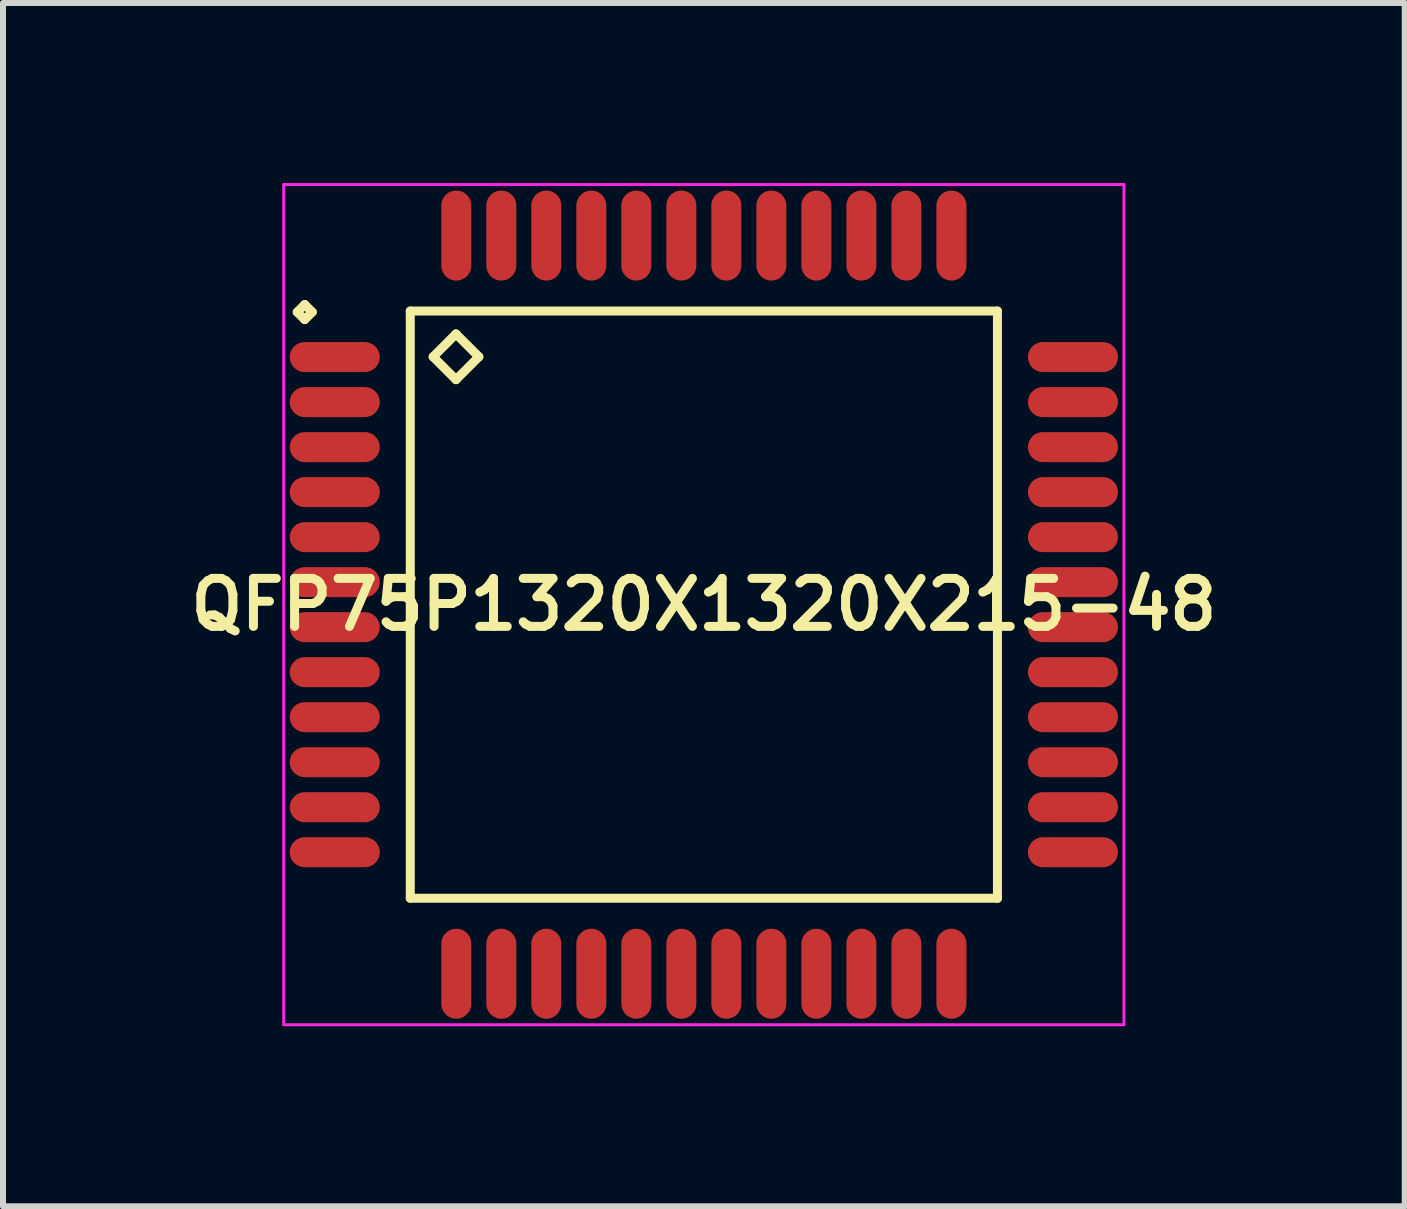
<source format=kicad_pcb>
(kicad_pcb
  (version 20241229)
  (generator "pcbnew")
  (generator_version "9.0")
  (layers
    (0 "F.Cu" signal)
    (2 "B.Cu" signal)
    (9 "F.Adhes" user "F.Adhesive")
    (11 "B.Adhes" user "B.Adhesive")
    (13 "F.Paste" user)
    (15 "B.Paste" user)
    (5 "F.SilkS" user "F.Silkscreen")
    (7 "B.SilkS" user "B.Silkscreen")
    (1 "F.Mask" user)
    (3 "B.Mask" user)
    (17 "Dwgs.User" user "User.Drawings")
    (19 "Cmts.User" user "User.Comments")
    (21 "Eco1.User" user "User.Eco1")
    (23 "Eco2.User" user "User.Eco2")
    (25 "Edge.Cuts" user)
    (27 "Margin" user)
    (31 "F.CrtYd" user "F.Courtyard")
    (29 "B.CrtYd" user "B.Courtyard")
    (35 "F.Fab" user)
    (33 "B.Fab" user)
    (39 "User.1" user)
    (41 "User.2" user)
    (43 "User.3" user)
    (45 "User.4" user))
  (footprint "QFP75P1320X1320X215-48"
    (layer "F.Cu")
    (at 8.678 7.025)
    (property "Reference" "QFP75P1320X1320X215-48" (at 0 0 0) (layer "F.SilkS") (effects (font (size 0.8 0.8) (thickness 0.15))))
    (attr smd)
    (fp_line (start -6.775 -4.875) (end -6.65 -5) (stroke (width 0.15) (type solid)) (layer "F.SilkS"))
    (fp_line (start -6.65 -5) (end -6.525 -4.875) (stroke (width 0.15) (type solid)) (layer "F.SilkS"))
    (fp_line (start -6.65 -4.75) (end -6.775 -4.875) (stroke (width 0.15) (type solid)) (layer "F.SilkS"))
    (fp_line (start -6.525 -4.875) (end -6.65 -4.75) (stroke (width 0.15) (type solid)) (layer "F.SilkS"))
    (fp_line (start -4.892 -4.892) (end -4.892 4.892) (stroke (width 0.15) (type solid)) (layer "F.SilkS"))
    (fp_line (start -4.892 4.892) (end 4.892 4.892) (stroke (width 0.15) (type solid)) (layer "F.SilkS"))
    (fp_line (start -4.511 -4.13) (end -4.13 -4.511) (stroke (width 0.15) (type solid)) (layer "F.SilkS"))
    (fp_line (start -4.13 -4.511) (end -3.749 -4.13) (stroke (width 0.15) (type solid)) (layer "F.SilkS"))
    (fp_line (start -4.13 -3.749) (end -4.511 -4.13) (stroke (width 0.15) (type solid)) (layer "F.SilkS"))
    (fp_line (start -3.749 -4.13) (end -4.13 -3.749) (stroke (width 0.15) (type solid)) (layer "F.SilkS"))
    (fp_line (start 4.892 -4.892) (end -4.892 -4.892) (stroke (width 0.15) (type solid)) (layer "F.SilkS"))
    (fp_line (start 4.892 4.892) (end 4.892 -4.892) (stroke (width 0.15) (type solid)) (layer "F.SilkS"))
    (fp_line (start -7 -7) (end 7 -7) (stroke (width 0.05) (type solid)) (layer "F.CrtYd"))
    (fp_line (start -7 7) (end -7 -7) (stroke (width 0.05) (type solid)) (layer "F.CrtYd"))
    (fp_line (start 7 -7) (end 7 7) (stroke (width 0.05) (type solid)) (layer "F.CrtYd"))
    (fp_line (start 7 7) (end -7 7) (stroke (width 0.05) (type solid)) (layer "F.CrtYd"))
    (pad "1" smd oval (at -6.15 -4.125) (size 1.5 0.5) (layers "F.Cu" "F.Mask" "F.Paste"))
    (pad "2" smd oval (at -6.15 -3.375) (size 1.5 0.5) (layers "F.Cu" "F.Mask" "F.Paste"))
    (pad "3" smd oval (at -6.15 -2.625) (size 1.5 0.5) (layers "F.Cu" "F.Mask" "F.Paste"))
    (pad "4" smd oval (at -6.15 -1.875) (size 1.5 0.5) (layers "F.Cu" "F.Mask" "F.Paste"))
    (pad "5" smd oval (at -6.15 -1.125) (size 1.5 0.5) (layers "F.Cu" "F.Mask" "F.Paste"))
    (pad "6" smd oval (at -6.15 -0.375) (size 1.5 0.5) (layers "F.Cu" "F.Mask" "F.Paste"))
    (pad "7" smd oval (at -6.15 0.375) (size 1.5 0.5) (layers "F.Cu" "F.Mask" "F.Paste"))
    (pad "8" smd oval (at -6.15 1.125) (size 1.5 0.5) (layers "F.Cu" "F.Mask" "F.Paste"))
    (pad "9" smd oval (at -6.15 1.875) (size 1.5 0.5) (layers "F.Cu" "F.Mask" "F.Paste"))
    (pad "10" smd oval (at -6.15 2.625) (size 1.5 0.5) (layers "F.Cu" "F.Mask" "F.Paste"))
    (pad "11" smd oval (at -6.15 3.375) (size 1.5 0.5) (layers "F.Cu" "F.Mask" "F.Paste"))
    (pad "12" smd oval (at -6.15 4.125) (size 1.5 0.5) (layers "F.Cu" "F.Mask" "F.Paste"))
    (pad "13" smd oval (at -4.125 6.15) (size 0.5 1.5) (layers "F.Cu" "F.Mask" "F.Paste"))
    (pad "14" smd oval (at -3.375 6.15) (size 0.5 1.5) (layers "F.Cu" "F.Mask" "F.Paste"))
    (pad "15" smd oval (at -2.625 6.15) (size 0.5 1.5) (layers "F.Cu" "F.Mask" "F.Paste"))
    (pad "16" smd oval (at -1.875 6.15) (size 0.5 1.5) (layers "F.Cu" "F.Mask" "F.Paste"))
    (pad "17" smd oval (at -1.125 6.15) (size 0.5 1.5) (layers "F.Cu" "F.Mask" "F.Paste"))
    (pad "18" smd oval (at -0.375 6.15) (size 0.5 1.5) (layers "F.Cu" "F.Mask" "F.Paste"))
    (pad "19" smd oval (at 0.375 6.15) (size 0.5 1.5) (layers "F.Cu" "F.Mask" "F.Paste"))
    (pad "20" smd oval (at 1.125 6.15) (size 0.5 1.5) (layers "F.Cu" "F.Mask" "F.Paste"))
    (pad "21" smd oval (at 1.875 6.15) (size 0.5 1.5) (layers "F.Cu" "F.Mask" "F.Paste"))
    (pad "22" smd oval (at 2.625 6.15) (size 0.5 1.5) (layers "F.Cu" "F.Mask" "F.Paste"))
    (pad "23" smd oval (at 3.375 6.15) (size 0.5 1.5) (layers "F.Cu" "F.Mask" "F.Paste"))
    (pad "24" smd oval (at 4.125 6.15) (size 0.5 1.5) (layers "F.Cu" "F.Mask" "F.Paste"))
    (pad "25" smd oval (at 6.15 4.125) (size 1.5 0.5) (layers "F.Cu" "F.Mask" "F.Paste"))
    (pad "26" smd oval (at 6.15 3.375) (size 1.5 0.5) (layers "F.Cu" "F.Mask" "F.Paste"))
    (pad "27" smd oval (at 6.15 2.625) (size 1.5 0.5) (layers "F.Cu" "F.Mask" "F.Paste"))
    (pad "28" smd oval (at 6.15 1.875) (size 1.5 0.5) (layers "F.Cu" "F.Mask" "F.Paste"))
    (pad "29" smd oval (at 6.15 1.125) (size 1.5 0.5) (layers "F.Cu" "F.Mask" "F.Paste"))
    (pad "30" smd oval (at 6.15 0.375) (size 1.5 0.5) (layers "F.Cu" "F.Mask" "F.Paste"))
    (pad "31" smd oval (at 6.15 -0.375) (size 1.5 0.5) (layers "F.Cu" "F.Mask" "F.Paste"))
    (pad "32" smd oval (at 6.15 -1.125) (size 1.5 0.5) (layers "F.Cu" "F.Mask" "F.Paste"))
    (pad "33" smd oval (at 6.15 -1.875) (size 1.5 0.5) (layers "F.Cu" "F.Mask" "F.Paste"))
    (pad "34" smd oval (at 6.15 -2.625) (size 1.5 0.5) (layers "F.Cu" "F.Mask" "F.Paste"))
    (pad "35" smd oval (at 6.15 -3.375) (size 1.5 0.5) (layers "F.Cu" "F.Mask" "F.Paste"))
    (pad "36" smd oval (at 6.15 -4.125) (size 1.5 0.5) (layers "F.Cu" "F.Mask" "F.Paste"))
    (pad "37" smd oval (at 4.125 -6.15) (size 0.5 1.5) (layers "F.Cu" "F.Mask" "F.Paste"))
    (pad "38" smd oval (at 3.375 -6.15) (size 0.5 1.5) (layers "F.Cu" "F.Mask" "F.Paste"))
    (pad "39" smd oval (at 2.625 -6.15) (size 0.5 1.5) (layers "F.Cu" "F.Mask" "F.Paste"))
    (pad "40" smd oval (at 1.875 -6.15) (size 0.5 1.5) (layers "F.Cu" "F.Mask" "F.Paste"))
    (pad "41" smd oval (at 1.125 -6.15) (size 0.5 1.5) (layers "F.Cu" "F.Mask" "F.Paste"))
    (pad "42" smd oval (at 0.375 -6.15) (size 0.5 1.5) (layers "F.Cu" "F.Mask" "F.Paste"))
    (pad "43" smd oval (at -0.375 -6.15) (size 0.5 1.5) (layers "F.Cu" "F.Mask" "F.Paste"))
    (pad "44" smd oval (at -1.125 -6.15) (size 0.5 1.5) (layers "F.Cu" "F.Mask" "F.Paste"))
    (pad "45" smd oval (at -1.875 -6.15) (size 0.5 1.5) (layers "F.Cu" "F.Mask" "F.Paste"))
    (pad "46" smd oval (at -2.625 -6.15) (size 0.5 1.5) (layers "F.Cu" "F.Mask" "F.Paste"))
    (pad "47" smd oval (at -3.375 -6.15) (size 0.5 1.5) (layers "F.Cu" "F.Mask" "F.Paste"))
    (pad "48" smd oval (at -4.125 -6.15) (size 0.5 1.5) (layers "F.Cu" "F.Mask" "F.Paste")))
  (gr_rect
    (start -3 -3)
    (end 20.357 17.05)
    (stroke (width 0.1) (type default))
    (fill no)
    (layer "Edge.Cuts")))
</source>
